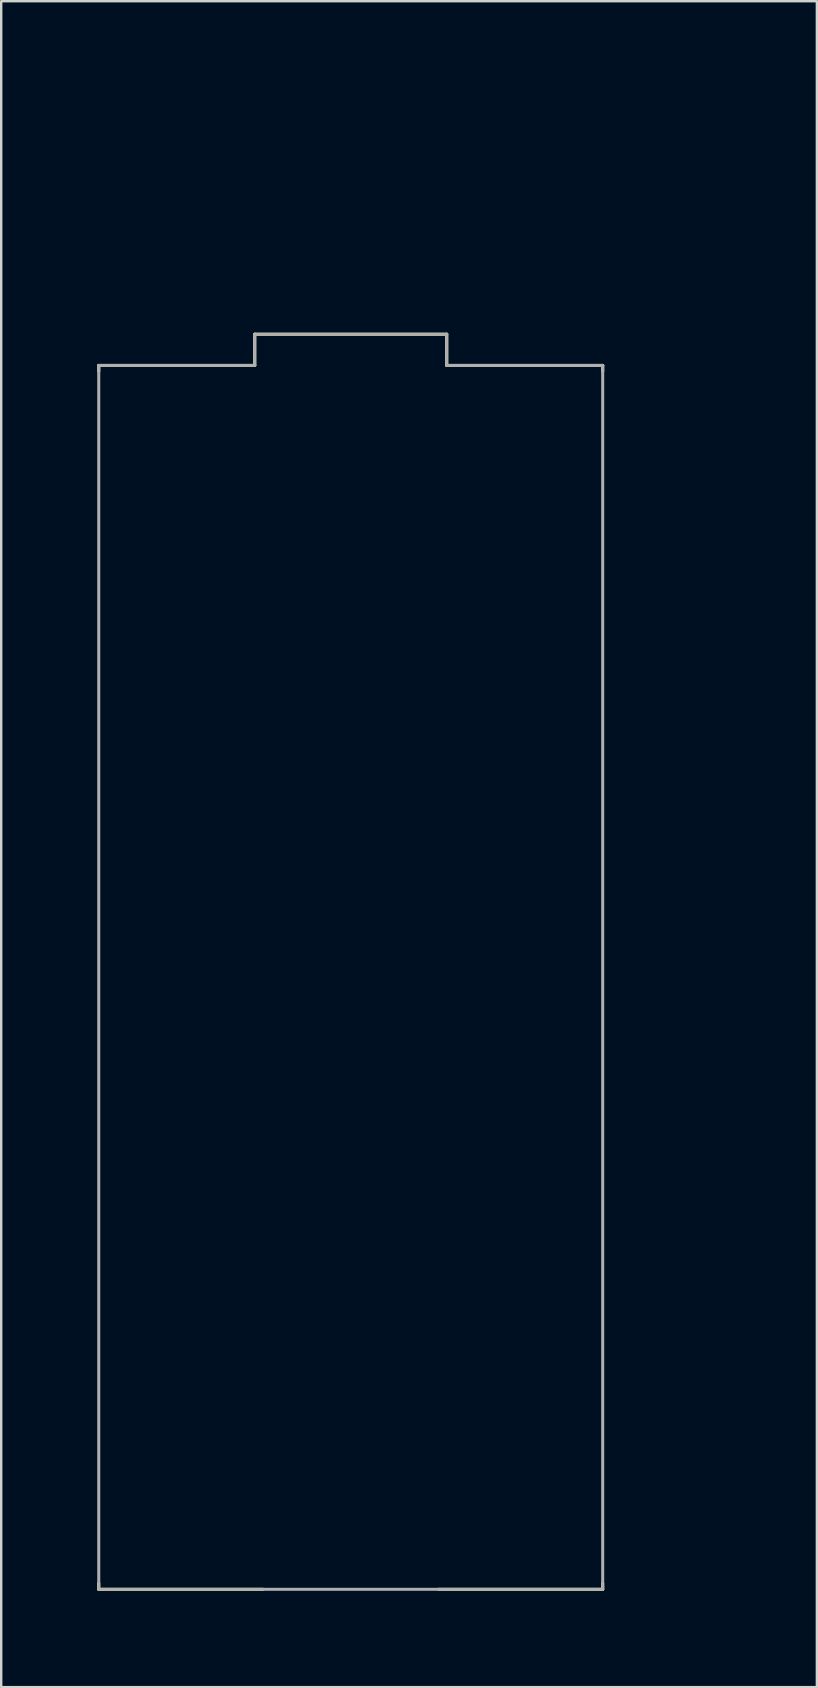
<source format=kicad_pcb>
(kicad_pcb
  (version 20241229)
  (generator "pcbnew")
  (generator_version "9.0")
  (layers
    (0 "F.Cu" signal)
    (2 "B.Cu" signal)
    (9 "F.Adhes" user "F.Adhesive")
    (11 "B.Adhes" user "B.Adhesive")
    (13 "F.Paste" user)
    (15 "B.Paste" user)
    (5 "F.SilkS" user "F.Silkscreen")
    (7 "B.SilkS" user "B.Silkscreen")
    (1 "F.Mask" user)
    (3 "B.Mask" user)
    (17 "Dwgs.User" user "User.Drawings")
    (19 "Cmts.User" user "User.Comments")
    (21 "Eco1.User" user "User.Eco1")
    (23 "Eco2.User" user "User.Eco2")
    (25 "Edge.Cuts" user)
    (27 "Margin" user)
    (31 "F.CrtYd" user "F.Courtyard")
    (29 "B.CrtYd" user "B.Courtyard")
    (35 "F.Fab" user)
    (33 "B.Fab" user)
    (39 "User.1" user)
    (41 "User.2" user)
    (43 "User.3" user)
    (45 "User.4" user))
  (footprint "Raspberry_Pi_Pico_W_template"
    (layer "F.Cu")
    (at 2.675 13.548)
    (property "Reference" "Raspberry_Pi_Pico_W_template" (at 10.16 -12.7 0) (unlocked yes) (layer "User.1") (effects (font (size 1 1) (thickness 0.15))))
    (attr through_hole exclude_from_pos_files exclude_from_bom)
    (fp_line (start -1.61 -1.37) (end 4.89 -1.37) (stroke (width 0.127) (type solid)) (layer "F.SilkS"))
    (fp_line (start -1.61 -1.12) (end -1.61 -1.37) (stroke (width 0.127) (type solid)) (layer "F.SilkS"))
    (fp_line (start -1.61 49.63) (end -1.61 49.38) (stroke (width 0.127) (type solid)) (layer "F.SilkS"))
    (fp_line (start 4.89 -2.67) (end 12.89 -2.67) (stroke (width 0.127) (type solid)) (layer "F.SilkS"))
    (fp_line (start 4.89 -1.37) (end 4.89 -2.67) (stroke (width 0.127) (type solid)) (layer "F.SilkS"))
    (fp_line (start 5.23 49.63) (end -1.61 49.63) (stroke (width 0.127) (type solid)) (layer "F.SilkS"))
    (fp_line (start 12.89 -2.67) (end 12.89 -1.37) (stroke (width 0.127) (type solid)) (layer "F.SilkS"))
    (fp_line (start 12.89 -1.37) (end 19.39 -1.37) (stroke (width 0.127) (type solid)) (layer "F.SilkS"))
    (fp_line (start 19.39 -1.37) (end 19.39 -1.12) (stroke (width 0.127) (type solid)) (layer "F.SilkS"))
    (fp_line (start 19.39 49.63) (end 12.55 49.63) (stroke (width 0.127) (type solid)) (layer "F.SilkS"))
    (fp_line (start 19.39 49.63) (end 19.39 49.38) (stroke (width 0.127) (type solid)) (layer "F.SilkS"))
    (fp_line (start -1.61 -1.37) (end 4.89 -1.37) (stroke (width 0.127) (type solid)) (layer "F.Fab"))
    (fp_line (start -1.61 49.63) (end -1.61 -1.37) (stroke (width 0.127) (type solid)) (layer "F.Fab"))
    (fp_line (start 4.89 -2.67) (end 12.89 -2.67) (stroke (width 0.127) (type solid)) (layer "F.Fab"))
    (fp_line (start 4.89 -1.37) (end 4.89 -2.67) (stroke (width 0.127) (type solid)) (layer "F.Fab"))
    (fp_line (start 12.89 -2.67) (end 12.89 -1.37) (stroke (width 0.127) (type solid)) (layer "F.Fab"))
    (fp_line (start 12.89 -1.37) (end 19.39 -1.37) (stroke (width 0.127) (type solid)) (layer "F.Fab"))
    (fp_line (start 19.39 -1.37) (end 19.39 49.63) (stroke (width 0.127) (type solid)) (layer "F.Fab"))
    (fp_line (start 19.39 49.63) (end -1.61 49.63) (stroke (width 0.127) (type solid)) (layer "F.Fab"))
    (fp_line (start -2.65 -2.92) (end -2.65 50.68) (stroke (width 0.05) (type solid)) (layer "User.1"))
    (fp_line (start -2.65 50.68) (end 20.43 50.68) (stroke (width 0.05) (type solid)) (layer "User.1"))
    (fp_line (start 20.43 -2.92) (end -2.65 -2.92) (stroke (width 0.05) (type solid)) (layer "User.1"))
    (fp_line (start 20.43 50.68) (end 20.43 -2.92) (stroke (width 0.05) (type solid)) (layer "User.1"))
    (fp_rect (start -0.85 -0.85) (end 0.85 0.85) (stroke (width 0.05) (type default)) (fill no) (layer "User.1"))
    (fp_rect (start 16.93 -0.85) (end 18.63 0.85) (stroke (width 0.05) (type default)) (fill no) (layer "User.1"))
    (fp_circle (center 0 2.54) (end 0.85 2.54) (stroke (width 0.05) (type default)) (fill no) (layer "User.1"))
    (fp_circle (center 0 5.08) (end 0.85 5.08) (stroke (width 0.05) (type default)) (fill no) (layer "User.1"))
    (fp_circle (center 0 7.62) (end 0.85 7.62) (stroke (width 0.05) (type default)) (fill no) (layer "User.1"))
    (fp_circle (center 0 10.16) (end 0.85 10.16) (stroke (width 0.05) (type default)) (fill no) (layer "User.1"))
    (fp_circle (center 0 12.7) (end 0.85 12.7) (stroke (width 0.05) (type default)) (fill no) (layer "User.1"))
    (fp_circle (center 0 15.24) (end 0.85 15.24) (stroke (width 0.05) (type default)) (fill no) (layer "User.1"))
    (fp_circle (center 0 17.78) (end 0.85 17.78) (stroke (width 0.05) (type default)) (fill no) (layer "User.1"))
    (fp_circle (center 0 20.32) (end 0.85 20.32) (stroke (width 0.05) (type default)) (fill no) (layer "User.1"))
    (fp_circle (center 0 22.86) (end 0.85 22.86) (stroke (width 0.05) (type default)) (fill no) (layer "User.1"))
    (fp_circle (center 0 25.4) (end 0.85 25.4) (stroke (width 0.05) (type default)) (fill no) (layer "User.1"))
    (fp_circle (center 0 27.94) (end 0.85 27.94) (stroke (width 0.05) (type default)) (fill no) (layer "User.1"))
    (fp_circle (center 0 30.48) (end 0.85 30.48) (stroke (width 0.05) (type default)) (fill no) (layer "User.1"))
    (fp_circle (center 0 33.02) (end 0.85 33.02) (stroke (width 0.05) (type default)) (fill no) (layer "User.1"))
    (fp_circle (center 0 35.56) (end 0.85 35.56) (stroke (width 0.05) (type default)) (fill no) (layer "User.1"))
    (fp_circle (center 0 38.1) (end 0.85 38.1) (stroke (width 0.05) (type default)) (fill no) (layer "User.1"))
    (fp_circle (center 0 40.64) (end 0.85 40.64) (stroke (width 0.05) (type default)) (fill no) (layer "User.1"))
    (fp_circle (center 0 43.18) (end 0.85 43.18) (stroke (width 0.05) (type default)) (fill no) (layer "User.1"))
    (fp_circle (center 0 45.72) (end 0.85 45.72) (stroke (width 0.05) (type default)) (fill no) (layer "User.1"))
    (fp_circle (center 0 48.26) (end 0.85 48.26) (stroke (width 0.05) (type default)) (fill no) (layer "User.1"))
    (fp_circle (center 17.778 45.717) (end 18.628 45.717) (stroke (width 0.05) (type default)) (fill no) (layer "User.1"))
    (fp_circle (center 17.78 2.54) (end 18.63 2.54) (stroke (width 0.05) (type default)) (fill no) (layer "User.1"))
    (fp_circle (center 17.78 5.08) (end 18.63 5.08) (stroke (width 0.05) (type default)) (fill no) (layer "User.1"))
    (fp_circle (center 17.78 7.62) (end 18.63 7.62) (stroke (width 0.05) (type default)) (fill no) (layer "User.1"))
    (fp_circle (center 17.78 10.16) (end 18.63 10.16) (stroke (width 0.05) (type default)) (fill no) (layer "User.1"))
    (fp_circle (center 17.78 12.7) (end 18.63 12.7) (stroke (width 0.05) (type default)) (fill no) (layer "User.1"))
    (fp_circle (center 17.78 15.24) (end 18.63 15.24) (stroke (width 0.05) (type default)) (fill no) (layer "User.1"))
    (fp_circle (center 17.78 17.78) (end 18.63 17.78) (stroke (width 0.05) (type default)) (fill no) (layer "User.1"))
    (fp_circle (center 17.78 20.32) (end 18.63 20.32) (stroke (width 0.05) (type default)) (fill no) (layer "User.1"))
    (fp_circle (center 17.78 22.86) (end 18.63 22.86) (stroke (width 0.05) (type default)) (fill no) (layer "User.1"))
    (fp_circle (center 17.78 25.4) (end 18.63 25.4) (stroke (width 0.05) (type default)) (fill no) (layer "User.1"))
    (fp_circle (center 17.78 27.94) (end 18.63 27.94) (stroke (width 0.05) (type default)) (fill no) (layer "User.1"))
    (fp_circle (center 17.78 30.48) (end 18.63 30.48) (stroke (width 0.05) (type default)) (fill no) (layer "User.1"))
    (fp_circle (center 17.78 33.02) (end 18.63 33.02) (stroke (width 0.05) (type default)) (fill no) (layer "User.1"))
    (fp_circle (center 17.78 35.56) (end 18.63 35.56) (stroke (width 0.05) (type default)) (fill no) (layer "User.1"))
    (fp_circle (center 17.78 38.1) (end 18.63 38.1) (stroke (width 0.05) (type default)) (fill no) (layer "User.1"))
    (fp_circle (center 17.78 40.64) (end 18.63 40.64) (stroke (width 0.05) (type default)) (fill no) (layer "User.1"))
    (fp_circle (center 17.78 43.18) (end 18.63 43.18) (stroke (width 0.05) (type default)) (fill no) (layer "User.1"))
    (fp_circle (center 17.78 48.26) (end 18.63 48.26) (stroke (width 0.05) (type default)) (fill no) (layer "User.1"))
    (fp_text user "chip side facing up" (at 10.16 -5.08 0) (unlocked yes) (layer "User.1") (effects (font (size 1 1) (thickness 0.15)) (justify left bottom)))
    (fp_text user "USB port" (at -2.54 -5.08 0) (unlocked yes) (layer "User.1") (effects (font (size 1 1) (thickness 0.15)) (justify left bottom))))
  (gr_rect
    (start -3 -3)
    (end 30.99 67.253)
    (stroke (width 0.1) (type default))
    (fill no)
    (layer "Edge.Cuts")))
</source>
